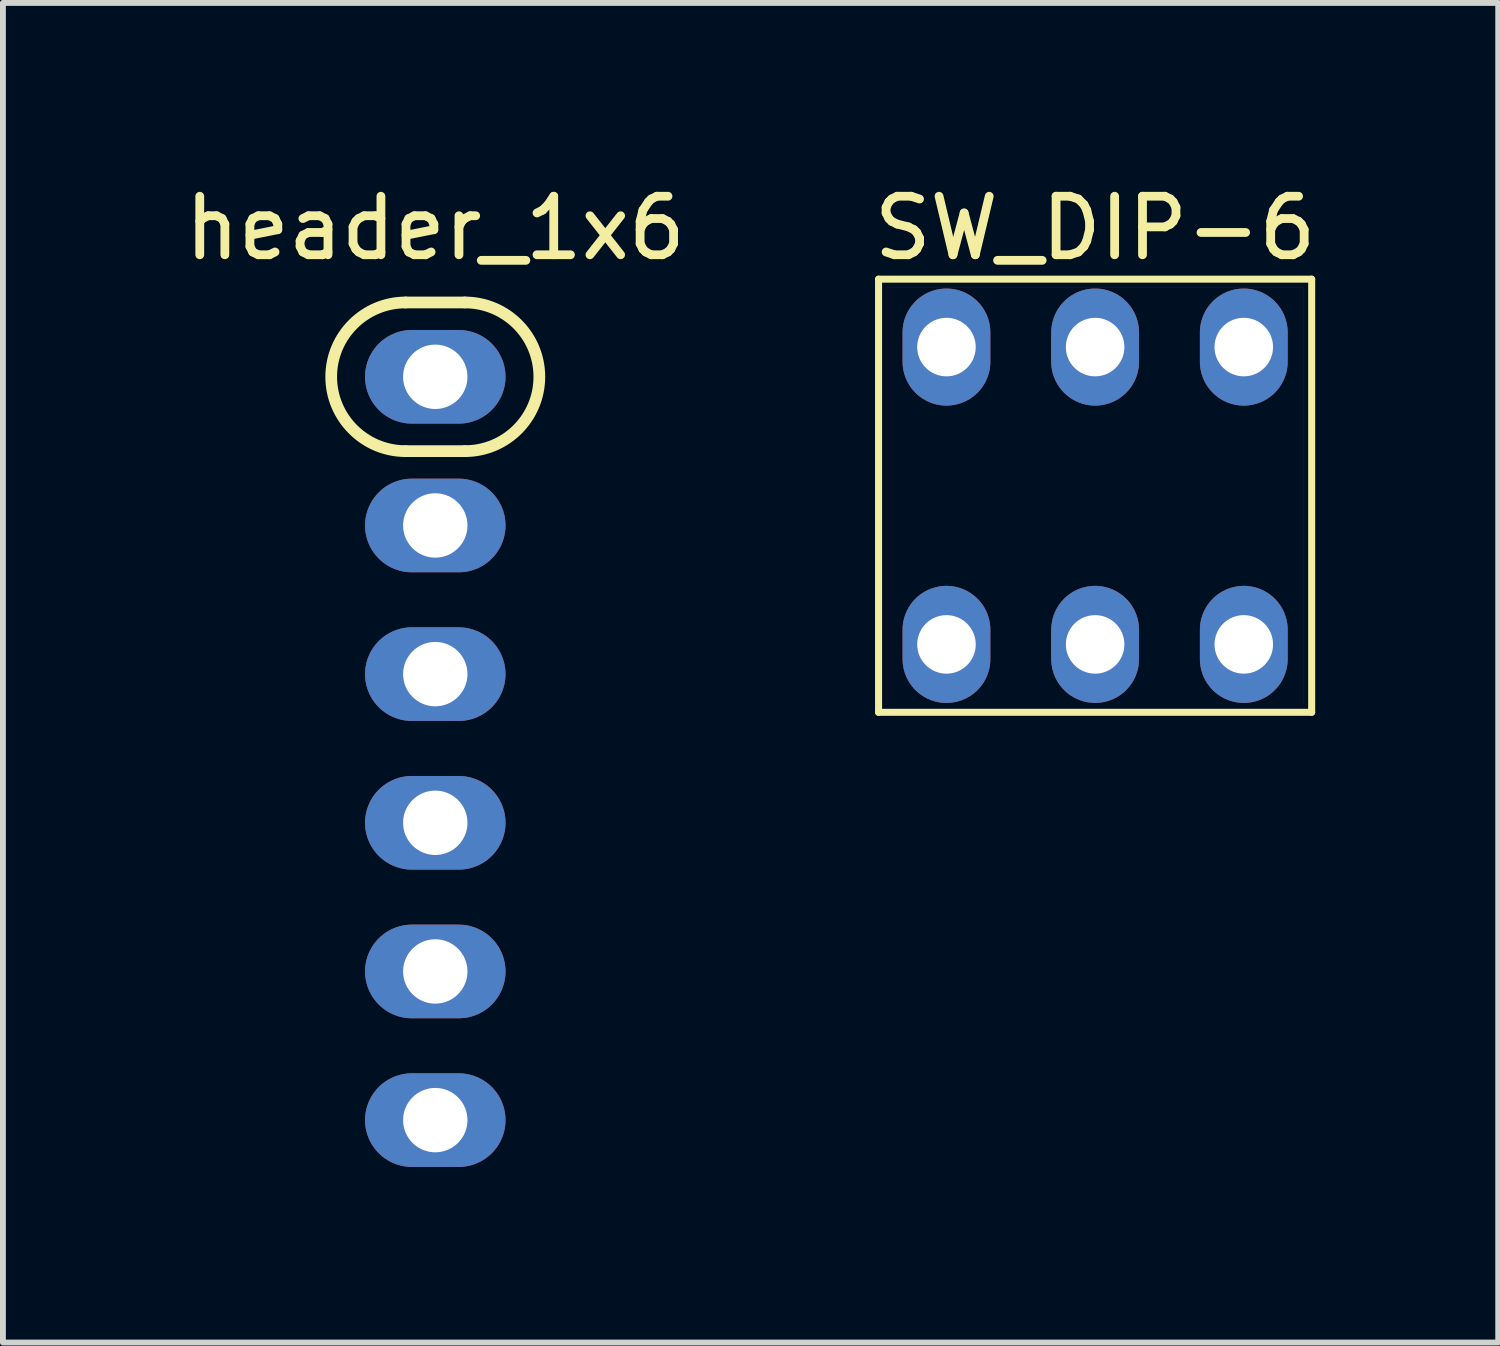
<source format=kicad_pcb>
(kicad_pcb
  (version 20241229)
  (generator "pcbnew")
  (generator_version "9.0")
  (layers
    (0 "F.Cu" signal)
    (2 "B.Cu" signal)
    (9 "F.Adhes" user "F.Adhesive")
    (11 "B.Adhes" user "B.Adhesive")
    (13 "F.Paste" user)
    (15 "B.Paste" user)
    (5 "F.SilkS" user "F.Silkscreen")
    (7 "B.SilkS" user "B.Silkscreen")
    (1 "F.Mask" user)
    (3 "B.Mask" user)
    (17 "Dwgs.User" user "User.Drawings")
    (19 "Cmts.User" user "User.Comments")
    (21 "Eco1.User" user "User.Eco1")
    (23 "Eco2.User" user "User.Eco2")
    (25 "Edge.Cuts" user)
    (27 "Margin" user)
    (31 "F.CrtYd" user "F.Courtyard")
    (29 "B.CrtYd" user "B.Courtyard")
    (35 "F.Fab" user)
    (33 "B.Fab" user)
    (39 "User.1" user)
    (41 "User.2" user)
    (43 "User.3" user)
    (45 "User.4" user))
  (footprint "SW_DIP-6"
    (layer "F.Cu")
    (at 15.661 5.42)
    (property "Reference" "SW_DIP-6" (at 0 -4.572 180) (layer "F.SilkS") (effects (font (size 1 1) (thickness 0.15))))
    (fp_line (start -3.7 -3.7) (end -3.7 3.7) (stroke (width 0.12) (type solid)) (layer "F.SilkS"))
    (fp_line (start -3.7 3.7) (end 3.7 3.7) (stroke (width 0.12) (type solid)) (layer "F.SilkS"))
    (fp_line (start 3.7 -3.7) (end -3.7 -3.7) (stroke (width 0.12) (type solid)) (layer "F.SilkS"))
    (fp_line (start 3.7 3.7) (end 3.7 -3.7) (stroke (width 0.12) (type solid)) (layer "F.SilkS"))
    (fp_line (start -3.556 -3.556) (end 3.556 -3.556) (stroke (width 0.001) (type solid)) (layer "F.CrtYd"))
    (fp_line (start -3.556 3.556) (end -3.556 -3.556) (stroke (width 0.001) (type solid)) (layer "F.CrtYd"))
    (fp_line (start 3.556 -3.556) (end 3.556 3.556) (stroke (width 0.001) (type solid)) (layer "F.CrtYd"))
    (fp_line (start 3.556 3.556) (end -3.556 3.556) (stroke (width 0.001) (type solid)) (layer "F.CrtYd"))
    (pad "1" thru_hole oval (at -2.54 2.54) (size 1.5 2) (drill 1) (layers "*.Cu" "*.Mask"))
    (pad "2" thru_hole oval (at 0 2.54) (size 1.5 2) (drill 1) (layers "*.Cu" "*.Mask"))
    (pad "3" thru_hole oval (at 2.54 2.54) (size 1.5 2) (drill 1) (layers "*.Cu" "*.Mask"))
    (pad "4" thru_hole oval (at 2.54 -2.54) (size 1.5 2) (drill 1) (layers "*.Cu" "*.Mask"))
    (pad "5" thru_hole oval (at 0 -2.54) (size 1.5 2) (drill 1) (layers "*.Cu" "*.Mask"))
    (pad "6" thru_hole oval (at -2.54 -2.54) (size 1.5 2) (drill 1) (layers "*.Cu" "*.Mask")))
  (footprint "header_1x6"
    (layer "F.Cu")
    (at 4.387 9.738)
    (property "Reference" "header_1x6" (at 0 -8.89 0) (layer "F.SilkS") (effects (font (size 1 1) (thickness 0.15))))
    (attr through_hole)
    (fp_line (start -0.508 -7.62) (end 0.508 -7.62) (stroke (width 0.2) (type solid)) (layer "F.SilkS"))
    (fp_line (start 0.508 -5.08) (end -0.508 -5.08) (stroke (width 0.2) (type solid)) (layer "F.SilkS"))
    (fp_arc (start -0.508 -5.08) (mid -1.778 -6.35) (end -0.508 -7.62) (stroke (width 0.2) (type solid)) (layer "F.SilkS"))
    (fp_arc (start 0.508 -7.62) (mid 1.778 -6.35) (end 0.508 -5.08) (stroke (width 0.2) (type solid)) (layer "F.SilkS"))
    (pad "1" thru_hole oval (at 0 -6.35) (size 2.4 1.6) (drill 1.1) (layers "*.Cu" "*.Mask"))
    (pad "2" thru_hole oval (at 0 -3.81) (size 2.4 1.6) (drill 1.1) (layers "*.Cu" "*.Mask"))
    (pad "3" thru_hole oval (at 0 -1.27) (size 2.4 1.6) (drill 1.1) (layers "*.Cu" "*.Mask"))
    (pad "4" thru_hole oval (at 0 1.27) (size 2.4 1.6) (drill 1.1) (layers "*.Cu" "*.Mask"))
    (pad "5" thru_hole oval (at 0 3.81) (size 2.4 1.6) (drill 1.1) (layers "*.Cu" "*.Mask"))
    (pad "6" thru_hole oval (at 0 6.35) (size 2.4 1.6) (drill 1.1) (layers "*.Cu" "*.Mask")))
  (gr_rect
    (start -3 -3)
    (end 22.548 19.888)
    (stroke (width 0.1) (type default))
    (fill no)
    (layer "Edge.Cuts")))
</source>
